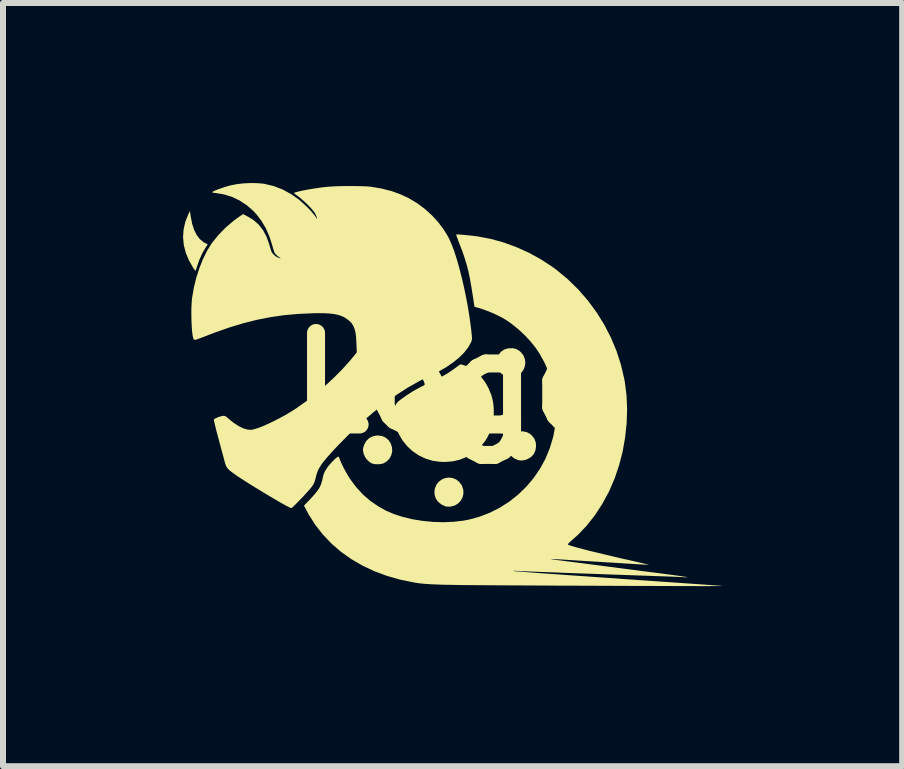
<source format=kicad_pcb>
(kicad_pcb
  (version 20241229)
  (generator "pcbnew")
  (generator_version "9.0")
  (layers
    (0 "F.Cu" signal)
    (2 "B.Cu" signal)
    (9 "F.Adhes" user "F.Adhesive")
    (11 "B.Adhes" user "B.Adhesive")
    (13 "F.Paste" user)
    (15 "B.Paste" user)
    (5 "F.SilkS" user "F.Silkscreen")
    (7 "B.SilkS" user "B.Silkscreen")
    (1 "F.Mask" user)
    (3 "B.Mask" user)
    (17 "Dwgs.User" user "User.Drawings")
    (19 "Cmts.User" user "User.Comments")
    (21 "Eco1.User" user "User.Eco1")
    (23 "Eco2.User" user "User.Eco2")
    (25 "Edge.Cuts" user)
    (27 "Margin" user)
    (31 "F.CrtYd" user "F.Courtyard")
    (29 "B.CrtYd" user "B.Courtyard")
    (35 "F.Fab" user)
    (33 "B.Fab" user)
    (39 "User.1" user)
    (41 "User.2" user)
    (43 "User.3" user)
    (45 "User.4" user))
  (footprint "Logo"
    (layer "F.Cu")
    (at 4.538 3.333)
    (property "Reference" "Logo" (at 0 0 0) (layer "F.SilkS") (effects (font (size 1.524 1.524) (thickness 0.3))))
    (attr board_only exclude_from_pos_files exclude_from_bom)
    (fp_poly (pts (xy -4.41 -2.776) (xy -4.387 -2.657) (xy -4.354 -2.554) (xy -4.311 -2.468) (xy -4.259 -2.4) (xy -4.198 -2.349) (xy -4.173 -2.335) (xy -4.126 -2.311) (xy -4.158 -2.265) (xy -4.215 -2.169) (xy -4.266 -2.056) (xy -4.312 -1.923) (xy -4.323 -1.887) (xy -4.327 -1.875) (xy -4.334 -1.874) (xy -4.344 -1.885) (xy -4.363 -1.911) (xy -4.369 -1.921) (xy -4.441 -2.046) (xy -4.493 -2.173) (xy -4.526 -2.302) (xy -4.538 -2.431) (xy -4.529 -2.559) (xy -4.501 -2.685) (xy -4.452 -2.809) (xy -4.451 -2.812) (xy -4.423 -2.867)) (stroke (width 0) (type solid)) (fill yes) (layer "F.SilkS"))
    (fp_poly (pts (xy -0.045 1.582) (xy 0.011 1.605) (xy 0.061 1.643) (xy 0.101 1.696) (xy 0.112 1.717) (xy 0.132 1.782) (xy 0.133 1.847) (xy 0.117 1.908) (xy 0.086 1.963) (xy 0.042 2.008) (xy -0.013 2.041) (xy -0.077 2.057) (xy -0.085 2.058) (xy -0.122 2.059) (xy -0.154 2.056) (xy -0.167 2.054) (xy -0.234 2.022) (xy -0.288 1.978) (xy -0.326 1.924) (xy -0.347 1.862) (xy -0.349 1.795) (xy -0.34 1.749) (xy -0.312 1.686) (xy -0.271 1.637) (xy -0.221 1.602) (xy -0.165 1.581) (xy -0.105 1.574)) (stroke (width 0) (type solid)) (fill yes) (layer "F.SilkS"))
    (fp_poly (pts (xy -1.224 0.881) (xy -1.163 0.908) (xy -1.112 0.952) (xy -1.079 1.003) (xy -1.057 1.069) (xy -1.053 1.135) (xy -1.068 1.199) (xy -1.098 1.257) (xy -1.143 1.304) (xy -1.2 1.338) (xy -1.244 1.349) (xy -1.298 1.353) (xy -1.352 1.349) (xy -1.384 1.341) (xy -1.427 1.319) (xy -1.468 1.281) (xy -1.503 1.236) (xy -1.525 1.187) (xy -1.526 1.187) (xy -1.537 1.142) (xy -1.541 1.106) (xy -1.535 1.072) (xy -1.521 1.029) (xy -1.521 1.027) (xy -1.487 0.966) (xy -1.44 0.919) (xy -1.38 0.887) (xy -1.311 0.873) (xy -1.296 0.873)) (stroke (width 0) (type solid)) (fill yes) (layer "F.SilkS"))
    (fp_poly (pts (xy 1.016 -0.567) (xy 1.066 -0.537) (xy 1.093 -0.512) (xy 1.135 -0.458) (xy 1.158 -0.397) (xy 1.165 -0.334) (xy 1.155 -0.273) (xy 1.13 -0.215) (xy 1.091 -0.166) (xy 1.038 -0.127) (xy 0.985 -0.105) (xy 0.947 -0.097) (xy 0.917 -0.095) (xy 0.883 -0.102) (xy 0.846 -0.114) (xy 0.781 -0.146) (xy 0.732 -0.191) (xy 0.699 -0.249) (xy 0.684 -0.318) (xy 0.683 -0.345) (xy 0.684 -0.387) (xy 0.691 -0.418) (xy 0.705 -0.448) (xy 0.714 -0.464) (xy 0.758 -0.521) (xy 0.811 -0.558) (xy 0.873 -0.578) (xy 0.892 -0.58) (xy 0.96 -0.581)) (stroke (width 0) (type solid)) (fill yes) (layer "F.SilkS"))
    (fp_poly (pts (xy 1.193 0.819) (xy 1.25 0.852) (xy 1.278 0.877) (xy 1.318 0.931) (xy 1.339 0.992) (xy 1.344 1.049) (xy 1.334 1.119) (xy 1.307 1.18) (xy 1.264 1.229) (xy 1.205 1.265) (xy 1.176 1.276) (xy 1.126 1.288) (xy 1.086 1.29) (xy 1.046 1.283) (xy 1.027 1.276) (xy 0.975 1.252) (xy 0.933 1.217) (xy 0.901 1.178) (xy 0.884 1.15) (xy 0.874 1.123) (xy 0.868 1.087) (xy 0.866 1.058) (xy 0.868 0.995) (xy 0.883 0.943) (xy 0.912 0.897) (xy 0.947 0.862) (xy 1.002 0.825) (xy 1.064 0.806) (xy 1.129 0.804)) (stroke (width 0) (type solid)) (fill yes) (layer "F.SilkS"))
    (fp_poly (pts (xy 0.105 -0.309) (xy 0.133 -0.301) (xy 0.159 -0.292) (xy 0.254 -0.249) (xy 0.342 -0.188) (xy 0.423 -0.11) (xy 0.493 -0.019) (xy 0.552 0.085) (xy 0.598 0.198) (xy 0.621 0.283) (xy 0.633 0.357) (xy 0.639 0.441) (xy 0.639 0.528) (xy 0.633 0.611) (xy 0.621 0.684) (xy 0.616 0.702) (xy 0.595 0.767) (xy 0.566 0.836) (xy 0.534 0.901) (xy 0.502 0.955) (xy 0.497 0.963) (xy 0.463 1.006) (xy 0.418 1.054) (xy 0.369 1.103) (xy 0.32 1.145) (xy 0.288 1.169) (xy 0.181 1.233) (xy 0.07 1.277) (xy -0.046 1.304) (xy -0.17 1.314) (xy -0.26 1.311) (xy -0.385 1.293) (xy -0.504 1.256) (xy -0.615 1.202) (xy -0.717 1.132) (xy -0.807 1.048) (xy -0.884 0.951) (xy -0.946 0.844) (xy -0.991 0.727) (xy -0.996 0.708) (xy -1.005 0.66) (xy -1.011 0.6) (xy -1.014 0.535) (xy -1.013 0.472) (xy -1.009 0.417) (xy -1.002 0.379) (xy -0.994 0.357) (xy -0.98 0.336) (xy -0.959 0.313) (xy -0.929 0.287) (xy -0.885 0.254) (xy -0.827 0.213) (xy -0.818 0.206) (xy -0.71 0.137) (xy -0.582 0.066) (xy -0.437 -0.006) (xy -0.381 -0.032) (xy -0.262 -0.089) (xy -0.158 -0.146) (xy -0.067 -0.205) (xy 0.004 -0.256) (xy 0.038 -0.281) (xy 0.066 -0.301) (xy 0.085 -0.311) (xy 0.089 -0.313)) (stroke (width 0) (type solid)) (fill yes) (layer "F.SilkS"))
    (fp_poly (pts (xy -3.311 -3.332) (xy -3.21 -3.324) (xy -3.179 -3.319) (xy -3.025 -3.282) (xy -2.878 -3.225) (xy -2.736 -3.148) (xy -2.601 -3.052) (xy -2.474 -2.937) (xy -2.458 -2.921) (xy -2.42 -2.881) (xy -2.384 -2.841) (xy -2.356 -2.806) (xy -2.339 -2.784) (xy -2.322 -2.759) (xy -2.31 -2.743) (xy -2.307 -2.74) (xy -2.306 -2.748) (xy -2.312 -2.769) (xy -2.324 -2.797) (xy -2.338 -2.826) (xy -2.352 -2.848) (xy -2.38 -2.884) (xy -2.419 -2.928) (xy -2.467 -2.977) (xy -2.518 -3.026) (xy -2.568 -3.07) (xy -2.612 -3.107) (xy -2.635 -3.123) (xy -2.667 -3.146) (xy -2.685 -3.163) (xy -2.687 -3.171) (xy -2.687 -3.172) (xy -2.638 -3.186) (xy -2.572 -3.202) (xy -2.494 -3.218) (xy -2.408 -3.233) (xy -2.319 -3.247) (xy -2.23 -3.26) (xy -2.146 -3.269) (xy -2.115 -3.272) (xy -2.05 -3.276) (xy -1.973 -3.28) (xy -1.888 -3.282) (xy -1.798 -3.283) (xy -1.707 -3.283) (xy -1.62 -3.282) (xy -1.541 -3.28) (xy -1.473 -3.277) (xy -1.421 -3.273) (xy -1.412 -3.272) (xy -1.233 -3.242) (xy -1.07 -3.201) (xy -0.918 -3.147) (xy -0.774 -3.079) (xy -0.634 -2.995) (xy -0.628 -2.991) (xy -0.506 -2.899) (xy -0.391 -2.795) (xy -0.286 -2.68) (xy -0.194 -2.558) (xy -0.119 -2.434) (xy -0.098 -2.391) (xy -0.057 -2.296) (xy -0.015 -2.183) (xy 0.026 -2.054) (xy 0.066 -1.912) (xy 0.105 -1.76) (xy 0.142 -1.601) (xy 0.176 -1.438) (xy 0.207 -1.272) (xy 0.234 -1.107) (xy 0.256 -0.946) (xy 0.265 -0.871) (xy 0.271 -0.813) (xy 0.275 -0.771) (xy 0.276 -0.742) (xy 0.274 -0.72) (xy 0.27 -0.702) (xy 0.262 -0.684) (xy 0.261 -0.681) (xy 0.213 -0.595) (xy 0.145 -0.508) (xy 0.06 -0.423) (xy -0.042 -0.341) (xy -0.158 -0.262) (xy -0.288 -0.188) (xy -0.354 -0.155) (xy -0.417 -0.125) (xy -0.479 -0.094) (xy -0.537 -0.066) (xy -0.585 -0.042) (xy -0.609 -0.029) (xy -0.796 0.076) (xy -0.987 0.2) (xy -1.182 0.34) (xy -1.378 0.496) (xy -1.575 0.666) (xy -1.769 0.849) (xy -1.96 1.043) (xy -1.993 1.078) (xy -2.07 1.161) (xy -2.133 1.232) (xy -2.185 1.294) (xy -2.226 1.347) (xy -2.258 1.396) (xy -2.283 1.441) (xy -2.302 1.486) (xy -2.317 1.533) (xy -2.33 1.584) (xy -2.33 1.585) (xy -2.343 1.634) (xy -2.359 1.673) (xy -2.383 1.713) (xy -2.399 1.734) (xy -2.421 1.762) (xy -2.453 1.798) (xy -2.491 1.84) (xy -2.533 1.886) (xy -2.577 1.932) (xy -2.62 1.976) (xy -2.659 2.016) (xy -2.693 2.049) (xy -2.718 2.072) (xy -2.733 2.083) (xy -2.735 2.083) (xy -2.751 2.078) (xy -2.775 2.067) (xy -2.776 2.066) (xy -2.844 2.03) (xy -2.924 1.985) (xy -3.013 1.933) (xy -3.109 1.876) (xy -3.208 1.817) (xy -3.306 1.757) (xy -3.401 1.699) (xy -3.488 1.644) (xy -3.566 1.594) (xy -3.63 1.552) (xy -3.652 1.537) (xy -3.71 1.495) (xy -3.754 1.462) (xy -3.785 1.433) (xy -3.807 1.406) (xy -3.823 1.378) (xy -3.834 1.345) (xy -3.839 1.328) (xy -3.847 1.3) (xy -3.859 1.254) (xy -3.875 1.195) (xy -3.894 1.126) (xy -3.914 1.049) (xy -3.936 0.968) (xy -3.944 0.938) (xy -3.965 0.86) (xy -3.984 0.788) (xy -4 0.725) (xy -4.012 0.673) (xy -4.021 0.634) (xy -4.025 0.613) (xy -4.025 0.608) (xy -4.012 0.596) (xy -3.984 0.581) (xy -3.948 0.566) (xy -3.91 0.554) (xy -3.88 0.548) (xy -3.86 0.545) (xy -3.843 0.547) (xy -3.825 0.556) (xy -3.801 0.574) (xy -3.767 0.604) (xy -3.766 0.605) (xy -3.688 0.667) (xy -3.611 0.717) (xy -3.537 0.753) (xy -3.468 0.774) (xy -3.408 0.779) (xy -3.398 0.778) (xy -3.347 0.767) (xy -3.281 0.746) (xy -3.204 0.716) (xy -3.119 0.678) (xy -3.027 0.634) (xy -2.933 0.586) (xy -2.838 0.534) (xy -2.746 0.48) (xy -2.659 0.425) (xy -2.641 0.413) (xy -2.488 0.304) (xy -2.332 0.183) (xy -2.178 0.052) (xy -2.03 -0.085) (xy -1.891 -0.224) (xy -1.766 -0.362) (xy -1.687 -0.457) (xy -1.643 -0.512) (xy -1.65 -0.678) (xy -1.656 -0.772) (xy -1.666 -0.849) (xy -1.683 -0.911) (xy -1.706 -0.963) (xy -1.737 -1.007) (xy -1.779 -1.046) (xy -1.81 -1.07) (xy -1.856 -1.099) (xy -1.908 -1.122) (xy -1.968 -1.14) (xy -2.037 -1.153) (xy -2.119 -1.161) (xy -2.215 -1.165) (xy -2.329 -1.165) (xy -2.386 -1.163) (xy -2.627 -1.152) (xy -2.859 -1.131) (xy -3.085 -1.098) (xy -3.309 -1.054) (xy -3.535 -0.997) (xy -3.766 -0.927) (xy -4.006 -0.843) (xy -4.128 -0.796) (xy -4.189 -0.772) (xy -4.243 -0.752) (xy -4.288 -0.735) (xy -4.321 -0.724) (xy -4.338 -0.719) (xy -4.339 -0.719) (xy -4.356 -0.727) (xy -4.364 -0.737) (xy -4.373 -0.765) (xy -4.381 -0.81) (xy -4.388 -0.87) (xy -4.393 -0.94) (xy -4.397 -1.018) (xy -4.399 -1.099) (xy -4.4 -1.181) (xy -4.399 -1.26) (xy -4.395 -1.334) (xy -4.39 -1.397) (xy -4.388 -1.417) (xy -4.359 -1.586) (xy -4.319 -1.751) (xy -4.268 -1.91) (xy -4.209 -2.059) (xy -4.143 -2.195) (xy -4.069 -2.316) (xy -4.045 -2.35) (xy -3.941 -2.476) (xy -3.822 -2.597) (xy -3.693 -2.707) (xy -3.603 -2.772) (xy -3.538 -2.816) (xy -3.465 -2.778) (xy -3.363 -2.716) (xy -3.277 -2.64) (xy -3.206 -2.549) (xy -3.149 -2.444) (xy -3.106 -2.324) (xy -3.101 -2.307) (xy -3.088 -2.261) (xy -3.075 -2.219) (xy -3.063 -2.188) (xy -3.059 -2.18) (xy -3.03 -2.142) (xy -2.989 -2.108) (xy -2.943 -2.086) (xy -2.936 -2.084) (xy -2.915 -2.079) (xy -2.912 -2.08) (xy -2.921 -2.087) (xy -2.958 -2.113) (xy -2.99 -2.142) (xy -3.01 -2.167) (xy -3.012 -2.17) (xy -3.02 -2.189) (xy -3.031 -2.222) (xy -3.043 -2.264) (xy -3.049 -2.286) (xy -3.098 -2.44) (xy -3.158 -2.578) (xy -3.231 -2.702) (xy -3.317 -2.815) (xy -3.37 -2.871) (xy -3.478 -2.965) (xy -3.597 -3.043) (xy -3.724 -3.103) (xy -3.856 -3.144) (xy -3.975 -3.164) (xy -4.01 -3.168) (xy -4.039 -3.173) (xy -4.051 -3.177) (xy -4.049 -3.184) (xy -4.031 -3.196) (xy -3.998 -3.211) (xy -3.955 -3.228) (xy -3.904 -3.246) (xy -3.849 -3.265) (xy -3.791 -3.282) (xy -3.748 -3.294) (xy -3.647 -3.314) (xy -3.537 -3.327) (xy -3.422 -3.333)) (stroke (width 0) (type solid)) (fill yes) (layer "F.SilkS"))
    (fp_poly (pts (xy 0.054 -2.476) (xy 0.096 -2.473) (xy 0.148 -2.469) (xy 0.205 -2.463) (xy 0.265 -2.457) (xy 0.322 -2.45) (xy 0.374 -2.444) (xy 0.381 -2.442) (xy 0.592 -2.402) (xy 0.804 -2.343) (xy 1.014 -2.266) (xy 1.221 -2.173) (xy 1.419 -2.065) (xy 1.607 -1.943) (xy 1.682 -1.888) (xy 1.871 -1.732) (xy 2.046 -1.561) (xy 2.206 -1.377) (xy 2.35 -1.182) (xy 2.479 -0.975) (xy 2.59 -0.76) (xy 2.684 -0.536) (xy 2.758 -0.306) (xy 2.813 -0.071) (xy 2.823 -0.018) (xy 2.851 0.206) (xy 2.861 0.436) (xy 2.853 0.67) (xy 2.828 0.905) (xy 2.787 1.138) (xy 2.728 1.366) (xy 2.654 1.586) (xy 2.564 1.796) (xy 2.553 1.818) (xy 2.443 2.02) (xy 2.321 2.206) (xy 2.187 2.376) (xy 2.041 2.529) (xy 1.935 2.623) (xy 1.905 2.65) (xy 1.883 2.672) (xy 1.873 2.686) (xy 1.873 2.689) (xy 1.889 2.698) (xy 1.924 2.71) (xy 1.978 2.726) (xy 2.048 2.746) (xy 2.133 2.768) (xy 2.232 2.794) (xy 2.345 2.821) (xy 2.469 2.851) (xy 2.603 2.883) (xy 2.747 2.917) (xy 2.899 2.951) (xy 2.961 2.965) (xy 3.032 2.981) (xy 3.096 2.996) (xy 3.15 3.009) (xy 3.192 3.019) (xy 3.218 3.025) (xy 3.227 3.028) (xy 3.216 3.028) (xy 3.186 3.026) (xy 3.139 3.024) (xy 3.076 3.02) (xy 2.999 3.016) (xy 2.91 3.01) (xy 2.81 3.004) (xy 2.7 2.997) (xy 2.583 2.99) (xy 2.495 2.985) (xy 2.326 2.974) (xy 2.178 2.965) (xy 2.048 2.957) (xy 1.937 2.95) (xy 1.842 2.944) (xy 1.765 2.939) (xy 1.703 2.936) (xy 1.656 2.933) (xy 1.622 2.932) (xy 1.602 2.932) (xy 1.594 2.932) (xy 1.597 2.934) (xy 1.61 2.937) (xy 1.634 2.94) (xy 1.665 2.944) (xy 1.705 2.95) (xy 1.752 2.955) (xy 1.782 2.959) (xy 1.842 2.967) (xy 1.917 2.977) (xy 2.003 2.988) (xy 2.092 2.999) (xy 2.181 3.011) (xy 2.23 3.017) (xy 2.307 3.027) (xy 2.401 3.039) (xy 2.506 3.053) (xy 2.617 3.067) (xy 2.73 3.082) (xy 2.839 3.096) (xy 2.907 3.105) (xy 3.011 3.118) (xy 3.121 3.133) (xy 3.234 3.147) (xy 3.343 3.161) (xy 3.444 3.174) (xy 3.533 3.186) (xy 3.582 3.192) (xy 3.672 3.204) (xy 3.746 3.215) (xy 3.802 3.223) (xy 3.841 3.229) (xy 3.861 3.234) (xy 3.863 3.236) (xy 3.845 3.236) (xy 3.807 3.234) (xy 3.806 3.234) (xy 3.783 3.232) (xy 3.741 3.231) (xy 3.684 3.228) (xy 3.613 3.225) (xy 3.532 3.222) (xy 3.442 3.219) (xy 3.347 3.216) (xy 3.303 3.214) (xy 3.096 3.207) (xy 2.893 3.2) (xy 2.695 3.193) (xy 2.503 3.186) (xy 2.317 3.179) (xy 2.14 3.173) (xy 1.972 3.167) (xy 1.814 3.161) (xy 1.668 3.155) (xy 1.534 3.15) (xy 1.414 3.146) (xy 1.309 3.142) (xy 1.219 3.138) (xy 1.147 3.135) (xy 1.092 3.133) (xy 1.057 3.131) (xy 1.047 3.131) (xy 1.007 3.128) (xy 0.977 3.128) (xy 0.961 3.129) (xy 0.96 3.13) (xy 0.971 3.132) (xy 1.001 3.135) (xy 1.049 3.139) (xy 1.113 3.144) (xy 1.192 3.15) (xy 1.283 3.157) (xy 1.386 3.165) (xy 1.498 3.173) (xy 1.619 3.181) (xy 1.746 3.19) (xy 1.788 3.193) (xy 1.923 3.203) (xy 2.058 3.212) (xy 2.188 3.221) (xy 2.314 3.23) (xy 2.431 3.238) (xy 2.539 3.246) (xy 2.635 3.252) (xy 2.716 3.258) (xy 2.781 3.263) (xy 2.828 3.266) (xy 2.829 3.266) (xy 2.878 3.27) (xy 2.946 3.274) (xy 3.03 3.28) (xy 3.127 3.287) (xy 3.234 3.294) (xy 3.35 3.302) (xy 3.471 3.311) (xy 3.596 3.319) (xy 3.721 3.328) (xy 3.735 3.329) (xy 3.853 3.337) (xy 3.966 3.345) (xy 4.07 3.352) (xy 4.166 3.359) (xy 4.25 3.365) (xy 4.321 3.37) (xy 4.378 3.374) (xy 4.418 3.377) (xy 4.44 3.379) (xy 4.443 3.379) (xy 4.444 3.38) (xy 4.438 3.381) (xy 4.424 3.381) (xy 4.401 3.382) (xy 4.37 3.382) (xy 4.329 3.382) (xy 4.278 3.382) (xy 4.216 3.383) (xy 4.143 3.383) (xy 4.057 3.383) (xy 3.959 3.382) (xy 3.847 3.382) (xy 3.721 3.382) (xy 3.58 3.381) (xy 3.424 3.381) (xy 3.252 3.38) (xy 3.063 3.38) (xy 2.857 3.379) (xy 2.633 3.378) (xy 2.39 3.377) (xy 2.128 3.376) (xy 1.846 3.375) (xy 1.724 3.375) (xy 1.473 3.373) (xy 1.242 3.372) (xy 1.03 3.371) (xy 0.835 3.37) (xy 0.658 3.369) (xy 0.497 3.368) (xy 0.351 3.367) (xy 0.22 3.366) (xy 0.101 3.365) (xy -0.005 3.363) (xy -0.099 3.361) (xy -0.183 3.36) (xy -0.258 3.358) (xy -0.324 3.355) (xy -0.382 3.353) (xy -0.434 3.35) (xy -0.48 3.347) (xy -0.521 3.344) (xy -0.558 3.34) (xy -0.592 3.337) (xy -0.624 3.332) (xy -0.655 3.328) (xy -0.684 3.323) (xy -0.919 3.275) (xy -1.142 3.212) (xy -1.353 3.133) (xy -1.552 3.039) (xy -1.737 2.931) (xy -1.909 2.809) (xy -2.066 2.673) (xy -2.208 2.524) (xy -2.335 2.362) (xy -2.445 2.188) (xy -2.469 2.143) (xy -2.523 2.042) (xy -2.456 1.972) (xy -2.392 1.904) (xy -2.341 1.847) (xy -2.302 1.798) (xy -2.272 1.755) (xy -2.25 1.713) (xy -2.234 1.671) (xy -2.221 1.625) (xy -2.213 1.59) (xy -2.201 1.537) (xy -2.187 1.495) (xy -2.166 1.456) (xy -2.145 1.422) (xy -2.119 1.386) (xy -2.087 1.348) (xy -2.053 1.311) (xy -2.019 1.276) (xy -1.988 1.248) (xy -1.964 1.23) (xy -1.95 1.224) (xy -1.948 1.224) (xy -1.94 1.237) (xy -1.929 1.261) (xy -1.927 1.269) (xy -1.911 1.308) (xy -1.888 1.359) (xy -1.859 1.418) (xy -1.826 1.479) (xy -1.793 1.536) (xy -1.763 1.585) (xy -1.758 1.594) (xy -1.653 1.734) (xy -1.54 1.857) (xy -1.416 1.965) (xy -1.278 2.058) (xy -1.159 2.124) (xy -1.025 2.182) (xy -0.875 2.23) (xy -0.714 2.269) (xy -0.545 2.296) (xy -0.373 2.313) (xy -0.2 2.318) (xy -0.031 2.311) (xy 0.132 2.292) (xy 0.214 2.277) (xy 0.399 2.227) (xy 0.576 2.159) (xy 0.745 2.073) (xy 0.903 1.971) (xy 1.05 1.854) (xy 1.184 1.723) (xy 1.305 1.58) (xy 1.411 1.424) (xy 1.501 1.259) (xy 1.573 1.083) (xy 1.628 0.9) (xy 1.636 0.865) (xy 1.658 0.739) (xy 1.671 0.604) (xy 1.676 0.465) (xy 1.672 0.329) (xy 1.66 0.201) (xy 1.646 0.12) (xy 1.605 -0.037) (xy 1.549 -0.195) (xy 1.481 -0.348) (xy 1.402 -0.49) (xy 1.34 -0.583) (xy 1.258 -0.687) (xy 1.161 -0.792) (xy 1.054 -0.892) (xy 0.942 -0.983) (xy 0.86 -1.041) (xy 0.787 -1.085) (xy 0.7 -1.13) (xy 0.606 -1.173) (xy 0.51 -1.211) (xy 0.418 -1.243) (xy 0.359 -1.26) (xy 0.318 -1.271) (xy 0.284 -1.492) (xy 0.261 -1.632) (xy 0.239 -1.755) (xy 0.215 -1.867) (xy 0.188 -1.971) (xy 0.157 -2.073) (xy 0.122 -2.178) (xy 0.08 -2.289) (xy 0.065 -2.327) (xy 0.046 -2.377) (xy 0.03 -2.421) (xy 0.018 -2.454) (xy 0.013 -2.472) (xy 0.013 -2.475) (xy 0.025 -2.476)) (stroke (width 0) (type solid)) (fill yes) (layer "F.SilkS")))
  (gr_rect
    (start -3 -3)
    (end 11.982 9.716)
    (stroke (width 0.1) (type default))
    (fill no)
    (layer "Edge.Cuts")))
</source>
